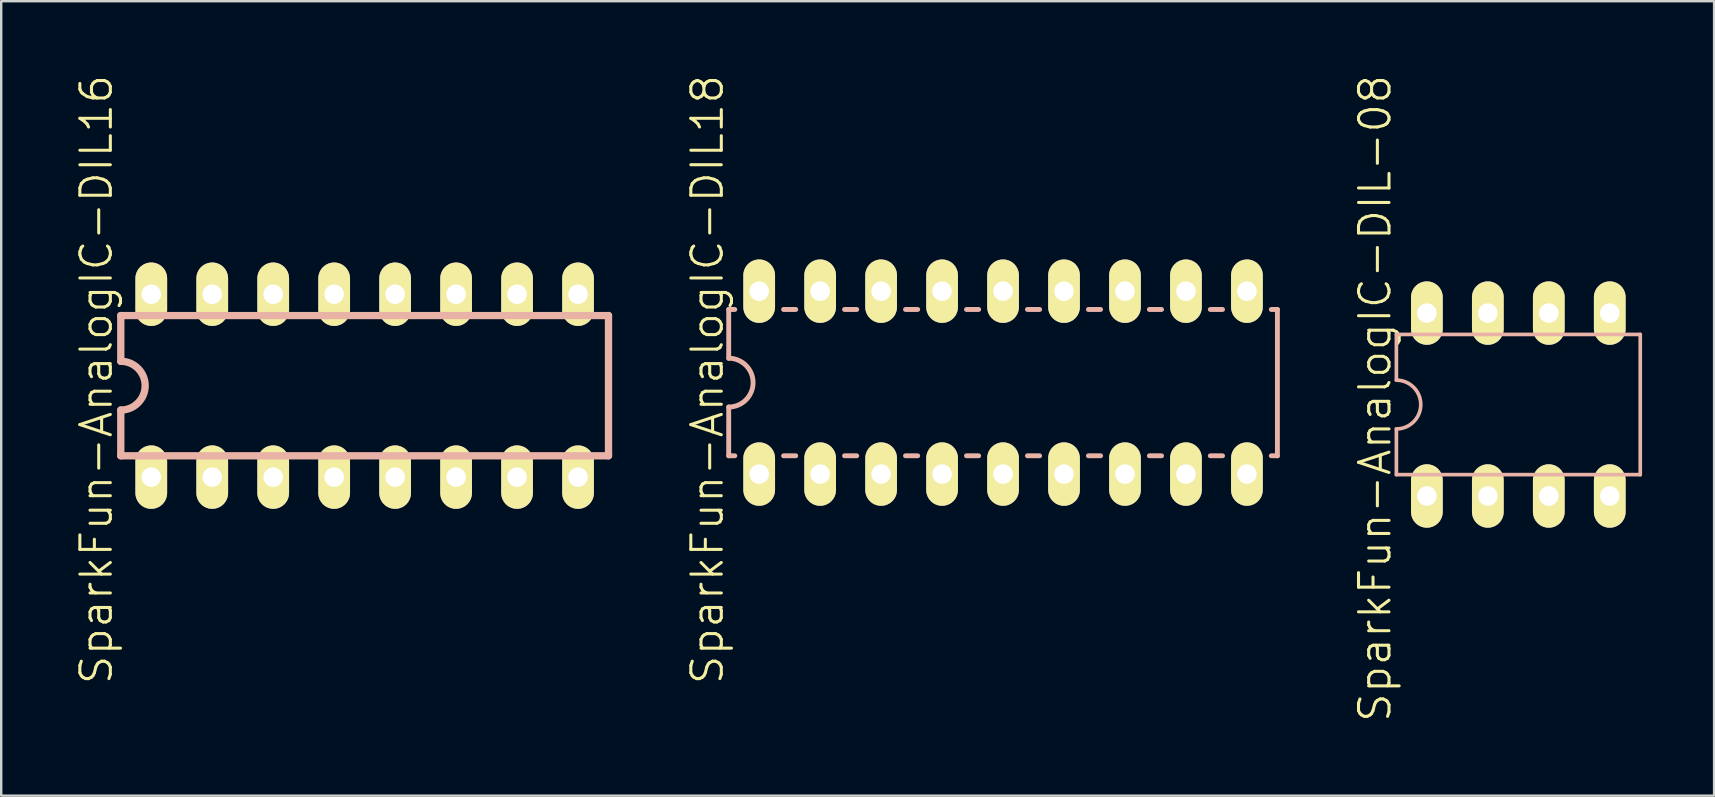
<source format=kicad_pcb>
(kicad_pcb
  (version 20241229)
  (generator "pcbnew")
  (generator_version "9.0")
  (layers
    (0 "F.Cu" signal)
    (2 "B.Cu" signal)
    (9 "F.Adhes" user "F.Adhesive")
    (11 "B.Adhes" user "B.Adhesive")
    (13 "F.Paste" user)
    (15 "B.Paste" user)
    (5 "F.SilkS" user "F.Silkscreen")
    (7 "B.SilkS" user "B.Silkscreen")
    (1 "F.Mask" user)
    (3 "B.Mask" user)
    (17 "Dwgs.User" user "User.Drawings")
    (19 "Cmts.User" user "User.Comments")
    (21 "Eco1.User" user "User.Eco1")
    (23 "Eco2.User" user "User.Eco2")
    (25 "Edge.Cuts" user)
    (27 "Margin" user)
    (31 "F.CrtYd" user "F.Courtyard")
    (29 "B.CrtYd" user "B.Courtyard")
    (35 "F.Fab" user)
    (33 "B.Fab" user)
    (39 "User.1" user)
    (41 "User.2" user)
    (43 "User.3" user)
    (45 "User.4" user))
  (footprint "SparkFun-AnalogIC-DIL16"
    (layer "F.Cu")
    (at 12.142 13.018)
    (property "Reference" "SparkFun-AnalogIC-DIL16" (at -11.176 -0.254 90) (layer "F.SilkS") (effects (font (size 1.27 1.27) (thickness 0.127))))
    (attr exclude_from_pos_files exclude_from_bom)
    (fp_line (start -10.16 -2.921) (end -10.16 -1.016) (stroke (width 0.305) (type solid)) (layer "B.SilkS"))
    (fp_line (start -10.16 2.921) (end -10.16 1.016) (stroke (width 0.305) (type solid)) (layer "B.SilkS"))
    (fp_line (start -10.16 2.921) (end 10.16 2.921) (stroke (width 0.305) (type solid)) (layer "B.SilkS"))
    (fp_line (start 10.16 -2.921) (end -10.16 -2.921) (stroke (width 0.305) (type solid)) (layer "B.SilkS"))
    (fp_line (start 10.16 -2.921) (end 10.16 2.921) (stroke (width 0.305) (type solid)) (layer "B.SilkS"))
    (fp_arc (start -10.16 -1.016) (mid -9.144 0) (end -10.16 1.016) (stroke (width 0.3048) (type solid)) (layer "B.SilkS"))
    (pad "1" thru_hole oval (at -8.89 3.81 180) (size 1.321 2.642) (drill 0.813) (layers "*.Cu" "F.Mask" "F.SilkS" "F.Paste"))
    (pad "2" thru_hole oval (at -6.35 3.81 180) (size 1.321 2.642) (drill 0.813) (layers "*.Cu" "F.Mask" "F.SilkS" "F.Paste"))
    (pad "3" thru_hole oval (at -3.81 3.81 180) (size 1.321 2.642) (drill 0.813) (layers "*.Cu" "F.Mask" "F.SilkS" "F.Paste"))
    (pad "4" thru_hole oval (at -1.27 3.81 180) (size 1.321 2.642) (drill 0.813) (layers "*.Cu" "F.Mask" "F.SilkS" "F.Paste"))
    (pad "5" thru_hole oval (at 1.27 3.81 180) (size 1.321 2.642) (drill 0.813) (layers "*.Cu" "F.Mask" "F.SilkS" "F.Paste"))
    (pad "6" thru_hole oval (at 3.81 3.81 180) (size 1.321 2.642) (drill 0.813) (layers "*.Cu" "F.Mask" "F.SilkS" "F.Paste"))
    (pad "7" thru_hole oval (at 6.35 3.81 180) (size 1.321 2.642) (drill 0.813) (layers "*.Cu" "F.Mask" "F.SilkS" "F.Paste"))
    (pad "8" thru_hole oval (at 8.89 3.81 180) (size 1.321 2.642) (drill 0.813) (layers "*.Cu" "F.Mask" "F.SilkS" "F.Paste"))
    (pad "9" thru_hole oval (at 8.89 -3.81 180) (size 1.321 2.642) (drill 0.813) (layers "*.Cu" "F.Mask" "F.SilkS" "F.Paste"))
    (pad "10" thru_hole oval (at 6.35 -3.81 180) (size 1.321 2.642) (drill 0.813) (layers "*.Cu" "F.Mask" "F.SilkS" "F.Paste"))
    (pad "11" thru_hole oval (at 3.81 -3.81 180) (size 1.321 2.642) (drill 0.813) (layers "*.Cu" "F.Mask" "F.SilkS" "F.Paste"))
    (pad "12" thru_hole oval (at 1.27 -3.81 180) (size 1.321 2.642) (drill 0.813) (layers "*.Cu" "F.Mask" "F.SilkS" "F.Paste"))
    (pad "13" thru_hole oval (at -1.27 -3.81 180) (size 1.321 2.642) (drill 0.813) (layers "*.Cu" "F.Mask" "F.SilkS" "F.Paste"))
    (pad "14" thru_hole oval (at -3.81 -3.81 180) (size 1.321 2.642) (drill 0.813) (layers "*.Cu" "F.Mask" "F.SilkS" "F.Paste"))
    (pad "15" thru_hole oval (at -6.35 -3.81 180) (size 1.321 2.642) (drill 0.813) (layers "*.Cu" "F.Mask" "F.SilkS" "F.Paste"))
    (pad "16" thru_hole oval (at -8.89 -3.81 180) (size 1.321 2.642) (drill 0.813) (layers "*.Cu" "F.Mask" "F.SilkS" "F.Paste")))
  (footprint "SparkFun-AnalogIC-DIL-08"
    (layer "F.Cu")
    (at 60.206 13.804)
    (property "Reference" "SparkFun-AnalogIC-DIL-08" (at -5.969 -0.254 90) (layer "F.SilkS") (effects (font (size 1.27 1.27) (thickness 0.127))))
    (attr exclude_from_pos_files exclude_from_bom)
    (fp_line (start -5.08 -2.921) (end -5.08 -1.016) (stroke (width 0.152) (type solid)) (layer "B.SilkS"))
    (fp_line (start -5.08 2.921) (end -5.08 1.016) (stroke (width 0.152) (type solid)) (layer "B.SilkS"))
    (fp_line (start -5.08 2.921) (end 5.08 2.921) (stroke (width 0.152) (type solid)) (layer "B.SilkS"))
    (fp_line (start 5.08 -2.921) (end -5.08 -2.921) (stroke (width 0.152) (type solid)) (layer "B.SilkS"))
    (fp_line (start 5.08 -2.921) (end 5.08 2.921) (stroke (width 0.152) (type solid)) (layer "B.SilkS"))
    (fp_arc (start -5.08 -1.016) (mid -4.064 0) (end -5.08 1.016) (stroke (width 0.1524) (type solid)) (layer "B.SilkS"))
    (pad "1" thru_hole oval (at -3.81 3.81 180) (size 1.321 2.642) (drill 0.813) (layers "*.Cu" "F.Mask" "F.SilkS" "F.Paste"))
    (pad "2" thru_hole oval (at -1.27 3.81 180) (size 1.321 2.642) (drill 0.813) (layers "*.Cu" "F.Mask" "F.SilkS" "F.Paste"))
    (pad "3" thru_hole oval (at 1.27 3.81 180) (size 1.321 2.642) (drill 0.813) (layers "*.Cu" "F.Mask" "F.SilkS" "F.Paste"))
    (pad "4" thru_hole oval (at 3.81 3.81 180) (size 1.321 2.642) (drill 0.813) (layers "*.Cu" "F.Mask" "F.SilkS" "F.Paste"))
    (pad "5" thru_hole oval (at 3.81 -3.81 180) (size 1.321 2.642) (drill 0.813) (layers "*.Cu" "F.Mask" "F.SilkS" "F.Paste"))
    (pad "6" thru_hole oval (at 1.27 -3.81 180) (size 1.321 2.642) (drill 0.813) (layers "*.Cu" "F.Mask" "F.SilkS" "F.Paste"))
    (pad "7" thru_hole oval (at -1.27 -3.81 180) (size 1.321 2.642) (drill 0.813) (layers "*.Cu" "F.Mask" "F.SilkS" "F.Paste"))
    (pad "8" thru_hole oval (at -3.81 -3.81 180) (size 1.321 2.642) (drill 0.813) (layers "*.Cu" "F.Mask" "F.SilkS" "F.Paste")))
  (footprint "SparkFun-AnalogIC-DIL18"
    (layer "F.Cu")
    (at 38.739 12.891)
    (property "Reference" "SparkFun-AnalogIC-DIL18" (at -12.319 -0.127 90) (layer "F.SilkS") (effects (font (size 1.27 1.27) (thickness 0.127))))
    (attr exclude_from_pos_files exclude_from_bom)
    (fp_line (start -11.43 -3.048) (end -11.43 -1.016) (stroke (width 0.203) (type solid)) (layer "B.SilkS"))
    (fp_line (start -11.43 -3.048) (end -11.176 -3.048) (stroke (width 0.203) (type solid)) (layer "B.SilkS"))
    (fp_line (start -11.43 3.048) (end -11.43 1.016) (stroke (width 0.203) (type solid)) (layer "B.SilkS"))
    (fp_line (start -11.43 3.048) (end -11.176 3.048) (stroke (width 0.203) (type solid)) (layer "B.SilkS"))
    (fp_line (start -9.144 -3.048) (end -8.636 -3.048) (stroke (width 0.203) (type solid)) (layer "B.SilkS"))
    (fp_line (start -9.144 3.048) (end -8.636 3.048) (stroke (width 0.203) (type solid)) (layer "B.SilkS"))
    (fp_line (start -6.604 -3.048) (end -6.096 -3.048) (stroke (width 0.203) (type solid)) (layer "B.SilkS"))
    (fp_line (start -6.604 3.048) (end -6.096 3.048) (stroke (width 0.203) (type solid)) (layer "B.SilkS"))
    (fp_line (start -4.064 -3.048) (end -3.556 -3.048) (stroke (width 0.203) (type solid)) (layer "B.SilkS"))
    (fp_line (start -4.064 3.048) (end -3.556 3.048) (stroke (width 0.203) (type solid)) (layer "B.SilkS"))
    (fp_line (start -1.524 -3.048) (end -1.016 -3.048) (stroke (width 0.203) (type solid)) (layer "B.SilkS"))
    (fp_line (start -1.524 3.048) (end -1.016 3.048) (stroke (width 0.203) (type solid)) (layer "B.SilkS"))
    (fp_line (start 1.016 -3.048) (end 1.524 -3.048) (stroke (width 0.203) (type solid)) (layer "B.SilkS"))
    (fp_line (start 1.016 3.048) (end 1.524 3.048) (stroke (width 0.203) (type solid)) (layer "B.SilkS"))
    (fp_line (start 3.556 -3.048) (end 4.064 -3.048) (stroke (width 0.203) (type solid)) (layer "B.SilkS"))
    (fp_line (start 3.556 3.048) (end 4.064 3.048) (stroke (width 0.203) (type solid)) (layer "B.SilkS"))
    (fp_line (start 6.096 -3.048) (end 6.604 -3.048) (stroke (width 0.203) (type solid)) (layer "B.SilkS"))
    (fp_line (start 6.096 3.048) (end 6.604 3.048) (stroke (width 0.203) (type solid)) (layer "B.SilkS"))
    (fp_line (start 8.636 -3.048) (end 9.144 -3.048) (stroke (width 0.203) (type solid)) (layer "B.SilkS"))
    (fp_line (start 8.636 3.048) (end 9.144 3.048) (stroke (width 0.203) (type solid)) (layer "B.SilkS"))
    (fp_line (start 11.43 -3.048) (end 11.176 -3.048) (stroke (width 0.203) (type solid)) (layer "B.SilkS"))
    (fp_line (start 11.43 -3.048) (end 11.43 3.048) (stroke (width 0.203) (type solid)) (layer "B.SilkS"))
    (fp_line (start 11.43 3.048) (end 11.176 3.048) (stroke (width 0.203) (type solid)) (layer "B.SilkS"))
    (fp_arc (start -11.43 -1.016) (mid -10.414 0) (end -11.43 1.016) (stroke (width 0.2032) (type solid)) (layer "B.SilkS"))
    (pad "1" thru_hole oval (at -10.16 3.81 180) (size 1.321 2.642) (drill 0.813) (layers "*.Cu" "F.Mask" "F.SilkS" "F.Paste"))
    (pad "2" thru_hole oval (at -7.62 3.81 180) (size 1.321 2.642) (drill 0.813) (layers "*.Cu" "F.Mask" "F.SilkS" "F.Paste"))
    (pad "3" thru_hole oval (at -5.08 3.81 180) (size 1.321 2.642) (drill 0.813) (layers "*.Cu" "F.Mask" "F.SilkS" "F.Paste"))
    (pad "4" thru_hole oval (at -2.54 3.81 180) (size 1.321 2.642) (drill 0.813) (layers "*.Cu" "F.Mask" "F.SilkS" "F.Paste"))
    (pad "5" thru_hole oval (at 0 3.81 180) (size 1.321 2.642) (drill 0.813) (layers "*.Cu" "F.Mask" "F.SilkS" "F.Paste"))
    (pad "6" thru_hole oval (at 2.54 3.81 180) (size 1.321 2.642) (drill 0.813) (layers "*.Cu" "F.Mask" "F.SilkS" "F.Paste"))
    (pad "7" thru_hole oval (at 5.08 3.81 180) (size 1.321 2.642) (drill 0.813) (layers "*.Cu" "F.Mask" "F.SilkS" "F.Paste"))
    (pad "8" thru_hole oval (at 7.62 3.81 180) (size 1.321 2.642) (drill 0.813) (layers "*.Cu" "F.Mask" "F.SilkS" "F.Paste"))
    (pad "9" thru_hole oval (at 10.16 3.81 180) (size 1.321 2.642) (drill 0.813) (layers "*.Cu" "F.Mask" "F.SilkS" "F.Paste"))
    (pad "10" thru_hole oval (at 10.16 -3.81 180) (size 1.321 2.642) (drill 0.813) (layers "*.Cu" "F.Mask" "F.SilkS" "F.Paste"))
    (pad "11" thru_hole oval (at 7.62 -3.81 180) (size 1.321 2.642) (drill 0.813) (layers "*.Cu" "F.Mask" "F.SilkS" "F.Paste"))
    (pad "12" thru_hole oval (at 5.08 -3.81 180) (size 1.321 2.642) (drill 0.813) (layers "*.Cu" "F.Mask" "F.SilkS" "F.Paste"))
    (pad "13" thru_hole oval (at 2.54 -3.81 180) (size 1.321 2.642) (drill 0.813) (layers "*.Cu" "F.Mask" "F.SilkS" "F.Paste"))
    (pad "14" thru_hole oval (at 0 -3.81 180) (size 1.321 2.642) (drill 0.813) (layers "*.Cu" "F.Mask" "F.SilkS" "F.Paste"))
    (pad "15" thru_hole oval (at -2.54 -3.81 180) (size 1.321 2.642) (drill 0.813) (layers "*.Cu" "F.Mask" "F.SilkS" "F.Paste"))
    (pad "16" thru_hole oval (at -5.08 -3.81 180) (size 1.321 2.642) (drill 0.813) (layers "*.Cu" "F.Mask" "F.SilkS" "F.Paste"))
    (pad "17" thru_hole oval (at -7.62 -3.81 180) (size 1.321 2.642) (drill 0.813) (layers "*.Cu" "F.Mask" "F.SilkS" "F.Paste"))
    (pad "18" thru_hole oval (at -10.16 -3.81 180) (size 1.321 2.642) (drill 0.813) (layers "*.Cu" "F.Mask" "F.SilkS" "F.Paste")))
  (gr_rect
    (start -3 -3)
    (end 68.362 30.099)
    (stroke (width 0.1) (type default))
    (fill no)
    (layer "Edge.Cuts")))
</source>
